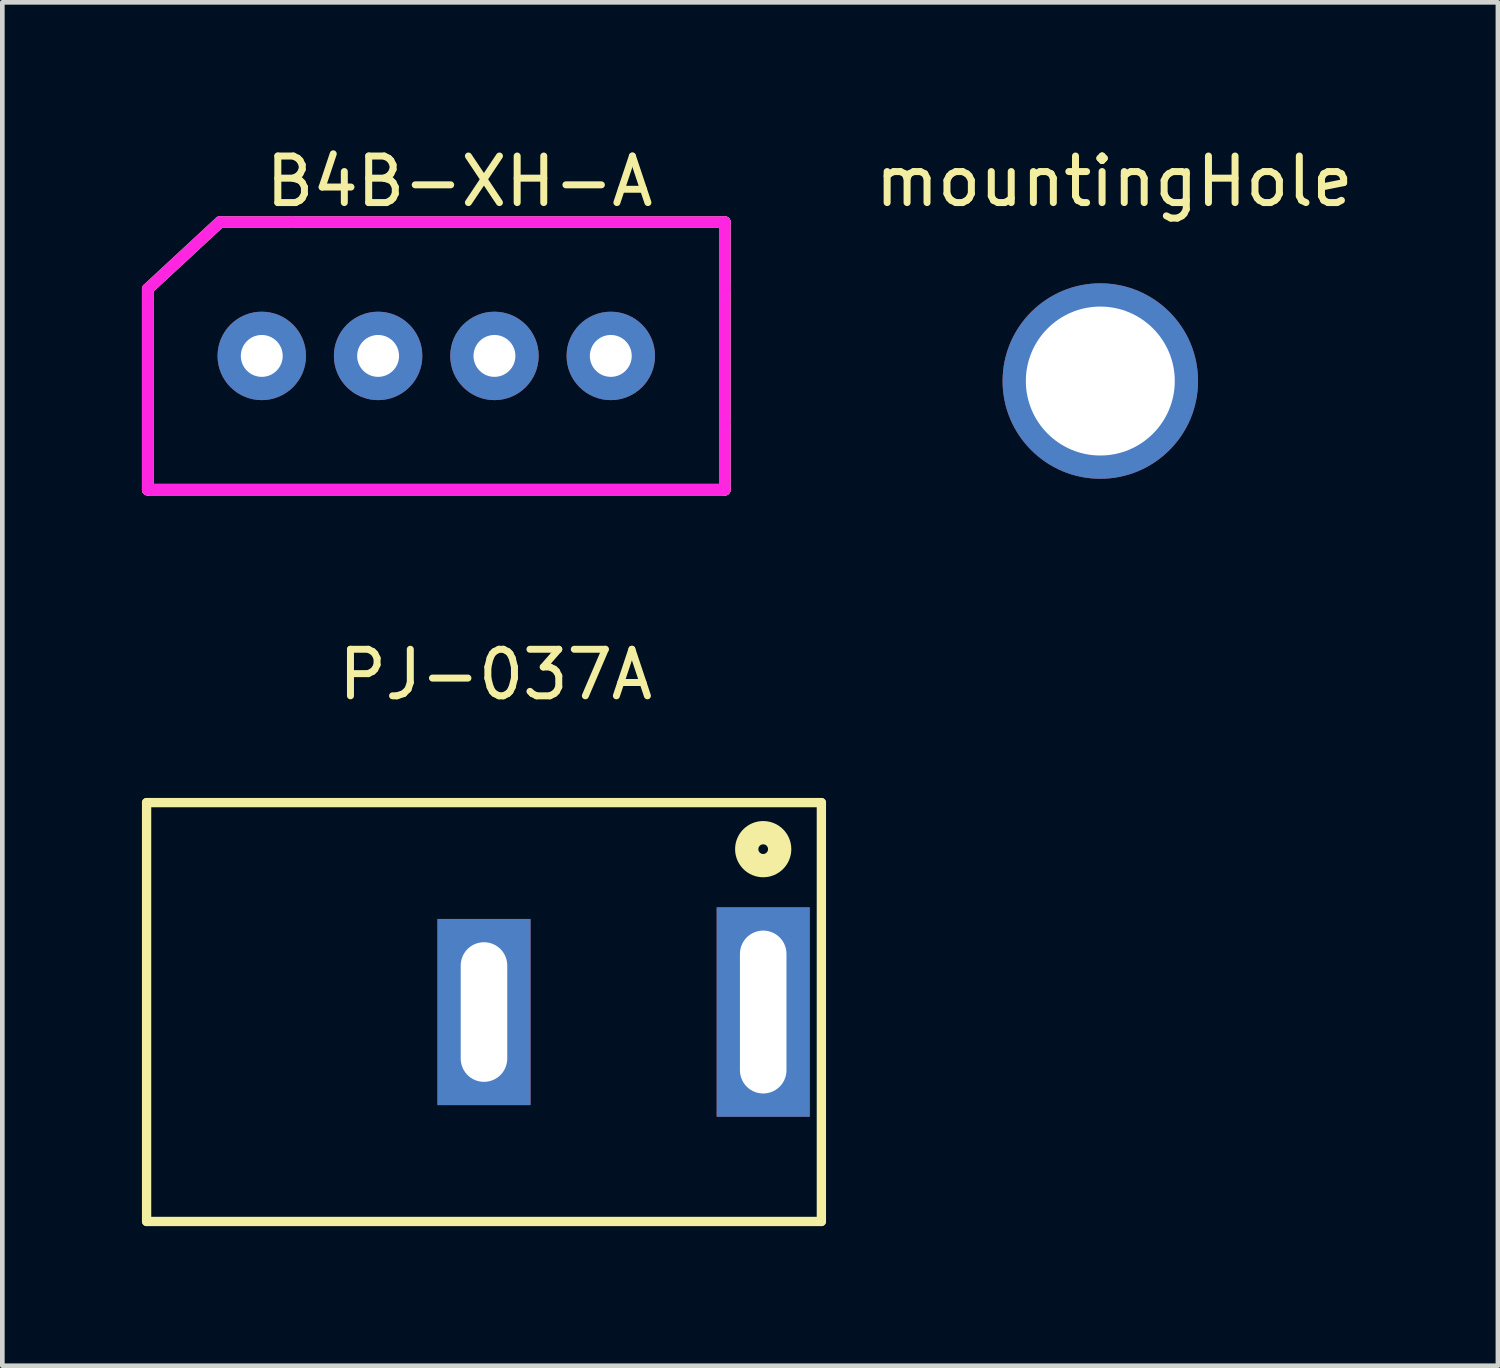
<source format=kicad_pcb>
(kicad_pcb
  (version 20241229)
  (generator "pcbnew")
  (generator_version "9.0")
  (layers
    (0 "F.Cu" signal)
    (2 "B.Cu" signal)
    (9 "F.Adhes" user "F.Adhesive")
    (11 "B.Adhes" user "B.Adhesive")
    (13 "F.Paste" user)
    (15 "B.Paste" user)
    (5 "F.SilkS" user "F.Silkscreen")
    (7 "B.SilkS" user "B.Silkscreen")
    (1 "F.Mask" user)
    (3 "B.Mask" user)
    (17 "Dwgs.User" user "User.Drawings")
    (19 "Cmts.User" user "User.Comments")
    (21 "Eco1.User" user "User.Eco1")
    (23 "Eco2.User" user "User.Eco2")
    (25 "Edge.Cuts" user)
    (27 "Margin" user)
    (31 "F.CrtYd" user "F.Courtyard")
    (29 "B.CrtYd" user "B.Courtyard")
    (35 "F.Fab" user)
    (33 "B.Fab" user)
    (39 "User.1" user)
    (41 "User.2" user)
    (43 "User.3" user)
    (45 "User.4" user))
  (footprint "mountingHole"
    (layer "F.Cu")
    (at 20.594 5.138)
    (property "Reference" "mountingHole" (at 0.3 -4.29 0) (layer "F.SilkS") (effects (font (size 1 1) (thickness 0.15))))
    (attr through_hole)
    (pad "1" thru_hole circle (at 0 0) (size 4.2 4.2) (drill 3.2) (layers "*.Cu" "*.Mask")))
  (footprint "PJ-037A"
    (layer "F.Cu")
    (at 10.35 18.697)
    (property "Reference" "PJ-037A" (at -2.75 -7.25 0) (layer "F.SilkS") (effects (font (size 1 1) (thickness 0.15))))
    (attr through_hole)
    (fp_line (start -10.25 -4.5) (end -10.25 4.5) (stroke (width 0.2) (type solid)) (layer "F.SilkS"))
    (fp_line (start 4.25 -4.5) (end -10.25 -4.5) (stroke (width 0.2) (type solid)) (layer "F.SilkS"))
    (fp_line (start 4.25 -4.5) (end 4.25 4.5) (stroke (width 0.2) (type solid)) (layer "F.SilkS"))
    (fp_line (start 4.25 4.5) (end -10.25 4.5) (stroke (width 0.2) (type solid)) (layer "F.SilkS"))
    (fp_circle (center 3 -3.5) (end 3.354 -3.5) (stroke (width 0.5) (type solid)) (fill no) (layer "F.SilkS"))
    (pad "1" thru_hole rect (at 3 0) (size 2 4.5) (drill oval 1 3.5) (layers "*.Cu" "*.Mask"))
    (pad "2" thru_hole rect (at -3 0) (size 2 4) (drill oval 1 3) (layers "*.Cu" "*.Mask")))
  (footprint "B4B-XH-A"
    (layer "F.Cu")
    (at 6.325 4.598)
    (property "Reference" "B4B-XH-A" (at 0.5 -3.75 0) (layer "F.SilkS") (effects (font (size 1 1) (thickness 0.15))))
    (attr through_hole)
    (fp_line (start -6.2 -1.438) (end -4.65 -2.875) (stroke (width 0.25) (type solid)) (layer "F.SilkS"))
    (fp_line (start -6.2 2.875) (end -6.2 -1.438) (stroke (width 0.25) (type solid)) (layer "F.SilkS"))
    (fp_line (start -4.65 -2.875) (end 6.2 -2.875) (stroke (width 0.25) (type solid)) (layer "F.SilkS"))
    (fp_line (start 6.2 -2.875) (end 6.2 2.875) (stroke (width 0.25) (type solid)) (layer "F.SilkS"))
    (fp_line (start 6.2 2.875) (end -6.2 2.875) (stroke (width 0.25) (type solid)) (layer "F.SilkS"))
    (fp_line (start -6.2 2.875) (end -6.2 -1.438) (stroke (width 0.25) (type solid)) (layer "F.CrtYd"))
    (fp_line (start -4.65 -2.875) (end -6.2 -1.438) (stroke (width 0.25) (type solid)) (layer "F.CrtYd"))
    (fp_line (start -3.1 -2.875) (end -4.65 -2.875) (stroke (width 0.25) (type solid)) (layer "F.CrtYd"))
    (fp_line (start 6.2 -2.875) (end -3.1 -2.875) (stroke (width 0.25) (type solid)) (layer "F.CrtYd"))
    (fp_line (start 6.2 -2.875) (end 6.2 -1.438) (stroke (width 0.25) (type solid)) (layer "F.CrtYd"))
    (fp_line (start 6.2 -1.438) (end 6.2 1.438) (stroke (width 0.25) (type solid)) (layer "F.CrtYd"))
    (fp_line (start 6.2 1.438) (end 6.2 2.875) (stroke (width 0.25) (type solid)) (layer "F.CrtYd"))
    (fp_line (start 6.2 2.875) (end -6.2 2.875) (stroke (width 0.25) (type solid)) (layer "F.CrtYd"))
    (pad "1" thru_hole circle (at -3.75 0) (size 1.9 1.9) (drill 0.9) (layers "*.Cu" "*.Mask"))
    (pad "2" thru_hole circle (at -1.25 0) (size 1.9 1.9) (drill 0.9) (layers "*.Cu" "*.Mask"))
    (pad "3" thru_hole circle (at 1.25 0) (size 1.9 1.9) (drill 0.9) (layers "*.Cu" "*.Mask"))
    (pad "4" thru_hole circle (at 3.75 0) (size 1.9 1.9) (drill 0.9) (layers "*.Cu" "*.Mask")))
  (gr_rect
    (start -3 -3)
    (end 29.138 26.297)
    (stroke (width 0.1) (type default))
    (fill no)
    (layer "Edge.Cuts")))
</source>
